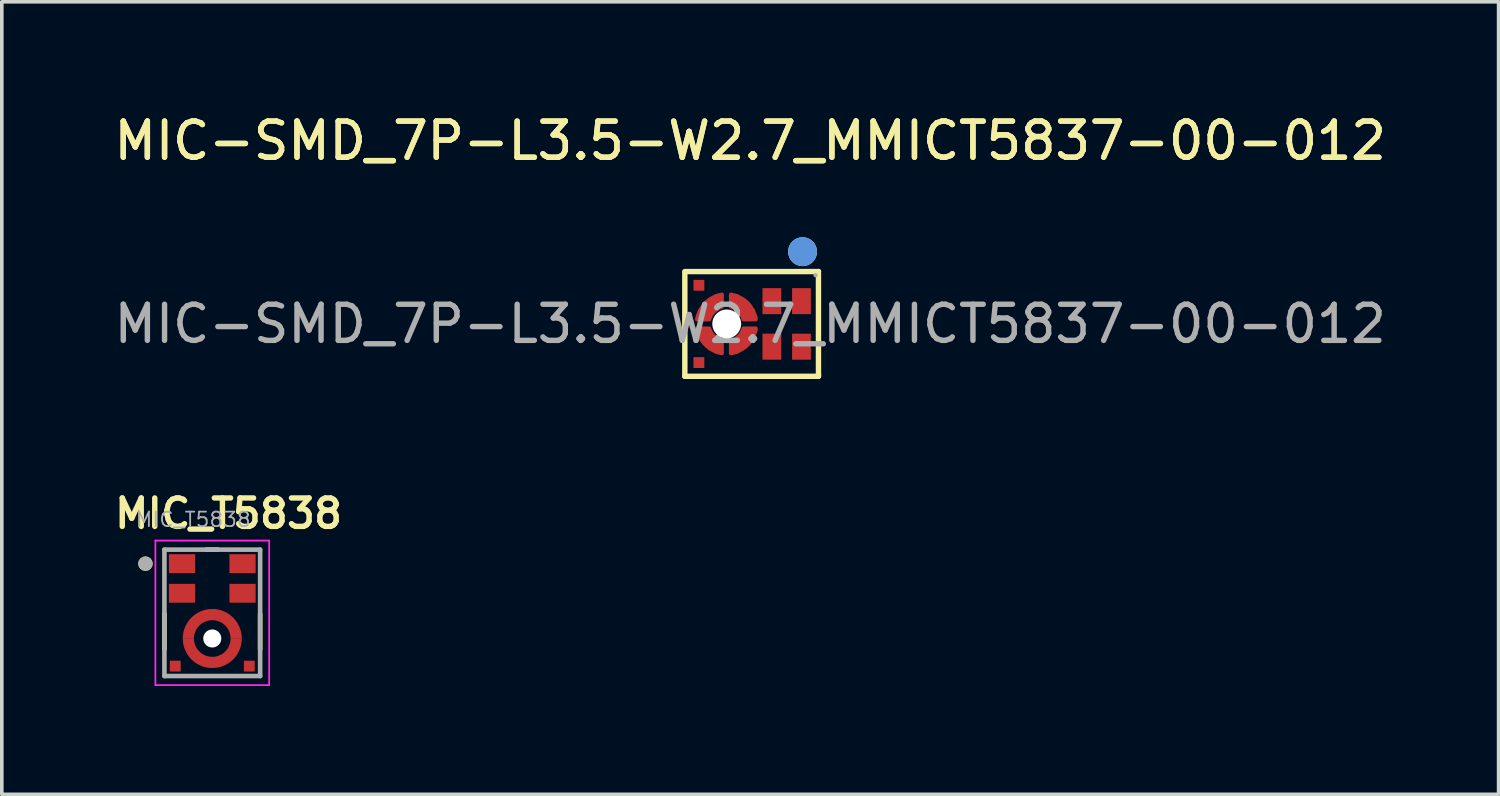
<source format=kicad_pcb>
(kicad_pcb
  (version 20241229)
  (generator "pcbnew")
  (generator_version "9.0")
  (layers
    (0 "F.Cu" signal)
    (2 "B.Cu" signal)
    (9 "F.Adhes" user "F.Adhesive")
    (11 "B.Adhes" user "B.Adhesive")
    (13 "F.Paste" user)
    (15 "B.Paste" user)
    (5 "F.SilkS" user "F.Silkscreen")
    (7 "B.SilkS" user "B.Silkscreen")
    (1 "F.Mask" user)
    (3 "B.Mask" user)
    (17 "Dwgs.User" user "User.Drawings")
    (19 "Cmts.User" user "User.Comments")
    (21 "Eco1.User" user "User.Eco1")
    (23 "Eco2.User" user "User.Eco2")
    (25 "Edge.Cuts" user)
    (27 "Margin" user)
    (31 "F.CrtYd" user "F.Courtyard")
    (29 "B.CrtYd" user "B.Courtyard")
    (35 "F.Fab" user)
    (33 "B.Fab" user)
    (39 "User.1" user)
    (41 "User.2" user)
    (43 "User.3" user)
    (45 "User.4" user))
  (footprint "MIC_T5838"
    (layer "F.Cu")
    (at 2.827 13.917)
    (property "Reference" "MIC_T5838" (at 0.45 -2.75 0) (layer "F.SilkS") (effects (font (size 0.787 0.787) (thickness 0.15))))
    (attr smd)
    (fp_circle (center 0 0.71) (end 0.431 0.71) (stroke (width 0.863) (type solid)) (fill no) (layer "F.Mask"))
    (fp_poly (pts (xy -1.25 -1.673) (xy -0.425 -1.673) (xy -0.425 -1.051) (xy -1.25 -1.051)) (stroke (width 0.01) (type solid)) (fill yes) (layer "F.Mask"))
    (fp_poly (pts (xy -1.25 -0.853) (xy -0.425 -0.853) (xy -0.425 -0.231) (xy -1.25 -0.231)) (stroke (width 0.01) (type solid)) (fill yes) (layer "F.Mask"))
    (fp_poly (pts (xy -1.225 1.275) (xy -0.825 1.275) (xy -0.825 1.675) (xy -1.225 1.675)) (stroke (width 0.01) (type solid)) (fill yes) (layer "F.Mask"))
    (fp_poly (pts (xy 0.425 -1.673) (xy 1.25 -1.673) (xy 1.25 -1.051) (xy 0.425 -1.051)) (stroke (width 0.01) (type solid)) (fill yes) (layer "F.Mask"))
    (fp_poly (pts (xy 0.425 -0.853) (xy 1.25 -0.853) (xy 1.25 -0.231) (xy 0.425 -0.231)) (stroke (width 0.01) (type solid)) (fill yes) (layer "F.Mask"))
    (fp_poly (pts (xy 0.825 1.275) (xy 1.225 1.275) (xy 1.225 1.675) (xy 0.825 1.675)) (stroke (width 0.01) (type solid)) (fill yes) (layer "F.Mask"))
    (fp_line (start -1.325 0.035) (end -1.325 1.005) (stroke (width 0.127) (type solid)) (layer "F.SilkS"))
    (fp_line (start -0.16 -1.75) (end 0.16 -1.75) (stroke (width 0.127) (type solid)) (layer "F.SilkS"))
    (fp_line (start 1.325 0.035) (end 1.325 1.005) (stroke (width 0.127) (type solid)) (layer "F.SilkS"))
    (fp_circle (center -1.85 -1.362) (end -1.75 -1.362) (stroke (width 0.2) (type solid)) (fill no) (layer "F.SilkS"))
    (fp_poly (pts (xy -1.16 1.34) (xy -0.89 1.34) (xy -0.89 1.61) (xy -1.16 1.61)) (stroke (width 0.01) (type solid)) (fill yes) (layer "F.Paste"))
    (fp_poly (pts (xy -1.15 -1.573) (xy -0.525 -1.573) (xy -0.525 -1.151) (xy -1.15 -1.151)) (stroke (width 0.01) (type solid)) (fill yes) (layer "F.Paste"))
    (fp_poly (pts (xy -1.15 -0.753) (xy -0.525 -0.753) (xy -0.525 -0.331) (xy -1.15 -0.331)) (stroke (width 0.01) (type solid)) (fill yes) (layer "F.Paste"))
    (fp_poly (pts (xy 0.525 -1.573) (xy 1.15 -1.573) (xy 1.15 -1.151) (xy 0.525 -1.151)) (stroke (width 0.01) (type solid)) (fill yes) (layer "F.Paste"))
    (fp_poly (pts (xy 0.525 -0.753) (xy 1.15 -0.753) (xy 1.15 -0.331) (xy 0.525 -0.331)) (stroke (width 0.01) (type solid)) (fill yes) (layer "F.Paste"))
    (fp_poly (pts (xy 0.89 1.34) (xy 1.16 1.34) (xy 1.16 1.61) (xy 0.89 1.61)) (stroke (width 0.01) (type solid)) (fill yes) (layer "F.Paste"))
    (fp_poly (pts (xy -0.05 -0.051) (xy -0.05 0.2) (xy -0.077 0.203) (xy -0.1 0.207) (xy -0.122 0.212) (xy -0.145 0.218) (xy -0.167 0.225) (xy -0.189 0.233) (xy -0.21 0.243) (xy -0.231 0.253) (xy -0.252 0.263) (xy -0.272 0.275) (xy -0.291 0.288) (xy -0.31 0.302) (xy -0.328 0.316) (xy -0.346 0.332) (xy -0.362 0.348) (xy -0.378 0.364) (xy -0.394 0.382) (xy -0.408 0.4) (xy -0.422 0.419) (xy -0.435 0.438) (xy -0.447 0.458) (xy -0.457 0.479) (xy -0.467 0.5) (xy -0.477 0.521) (xy -0.485 0.543) (xy -0.492 0.565) (xy -0.498 0.588) (xy -0.503 0.61) (xy -0.507 0.633) (xy -0.51 0.66) (xy -0.761 0.66) (xy -0.757 0.621) (xy -0.752 0.585) (xy -0.745 0.549) (xy -0.737 0.514) (xy -0.727 0.479) (xy -0.715 0.444) (xy -0.701 0.41) (xy -0.686 0.377) (xy -0.669 0.345) (xy -0.651 0.313) (xy -0.632 0.283) (xy -0.611 0.253) (xy -0.588 0.225) (xy -0.564 0.197) (xy -0.539 0.171) (xy -0.513 0.146) (xy -0.485 0.122) (xy -0.457 0.099) (xy -0.427 0.078) (xy -0.397 0.059) (xy -0.365 0.041) (xy -0.333 0.024) (xy -0.3 0.009) (xy -0.266 -0.005) (xy -0.231 -0.017) (xy -0.196 -0.027) (xy -0.161 -0.035) (xy -0.125 -0.042) (xy -0.089 -0.047) (xy -0.05 -0.051) (xy -0.05 -0.051)) (stroke (width 0.01) (type solid)) (fill yes) (layer "F.Paste"))
    (fp_poly (pts (xy -0.05 1.22) (xy -0.05 1.471) (xy -0.089 1.467) (xy -0.125 1.462) (xy -0.161 1.455) (xy -0.196 1.447) (xy -0.231 1.437) (xy -0.266 1.425) (xy -0.3 1.411) (xy -0.333 1.396) (xy -0.365 1.379) (xy -0.397 1.361) (xy -0.427 1.342) (xy -0.457 1.321) (xy -0.485 1.298) (xy -0.513 1.274) (xy -0.539 1.249) (xy -0.564 1.223) (xy -0.588 1.195) (xy -0.611 1.167) (xy -0.632 1.137) (xy -0.651 1.107) (xy -0.669 1.075) (xy -0.686 1.043) (xy -0.701 1.01) (xy -0.715 0.976) (xy -0.727 0.941) (xy -0.737 0.906) (xy -0.745 0.871) (xy -0.752 0.835) (xy -0.757 0.799) (xy -0.761 0.76) (xy -0.51 0.76) (xy -0.507 0.787) (xy -0.503 0.81) (xy -0.498 0.832) (xy -0.492 0.855) (xy -0.485 0.877) (xy -0.477 0.899) (xy -0.467 0.92) (xy -0.457 0.941) (xy -0.447 0.962) (xy -0.435 0.982) (xy -0.422 1.001) (xy -0.408 1.02) (xy -0.394 1.038) (xy -0.378 1.056) (xy -0.362 1.072) (xy -0.346 1.088) (xy -0.328 1.104) (xy -0.31 1.118) (xy -0.291 1.132) (xy -0.272 1.145) (xy -0.252 1.157) (xy -0.231 1.167) (xy -0.21 1.177) (xy -0.189 1.187) (xy -0.167 1.195) (xy -0.145 1.202) (xy -0.122 1.208) (xy -0.1 1.213) (xy -0.077 1.217) (xy -0.05 1.22) (xy -0.05 1.22)) (stroke (width 0.01) (type solid)) (fill yes) (layer "F.Paste"))
    (fp_poly (pts (xy 0.05 0.2) (xy 0.05 -0.051) (xy 0.089 -0.047) (xy 0.125 -0.042) (xy 0.161 -0.035) (xy 0.196 -0.027) (xy 0.231 -0.017) (xy 0.266 -0.005) (xy 0.3 0.009) (xy 0.333 0.024) (xy 0.365 0.041) (xy 0.397 0.059) (xy 0.427 0.078) (xy 0.457 0.099) (xy 0.485 0.122) (xy 0.513 0.146) (xy 0.539 0.171) (xy 0.564 0.197) (xy 0.588 0.225) (xy 0.611 0.253) (xy 0.632 0.283) (xy 0.651 0.313) (xy 0.669 0.345) (xy 0.686 0.377) (xy 0.701 0.41) (xy 0.715 0.444) (xy 0.727 0.479) (xy 0.737 0.514) (xy 0.745 0.549) (xy 0.752 0.585) (xy 0.757 0.621) (xy 0.761 0.66) (xy 0.51 0.66) (xy 0.507 0.633) (xy 0.503 0.61) (xy 0.498 0.588) (xy 0.492 0.565) (xy 0.485 0.543) (xy 0.477 0.521) (xy 0.467 0.5) (xy 0.457 0.479) (xy 0.447 0.458) (xy 0.435 0.438) (xy 0.422 0.419) (xy 0.408 0.4) (xy 0.394 0.382) (xy 0.378 0.364) (xy 0.362 0.348) (xy 0.346 0.332) (xy 0.328 0.316) (xy 0.31 0.302) (xy 0.291 0.288) (xy 0.272 0.275) (xy 0.252 0.263) (xy 0.231 0.253) (xy 0.21 0.243) (xy 0.189 0.233) (xy 0.167 0.225) (xy 0.145 0.218) (xy 0.122 0.212) (xy 0.1 0.207) (xy 0.077 0.203) (xy 0.05 0.2) (xy 0.05 0.2)) (stroke (width 0.01) (type solid)) (fill yes) (layer "F.Paste"))
    (fp_poly (pts (xy 0.05 1.471) (xy 0.05 1.22) (xy 0.077 1.217) (xy 0.1 1.213) (xy 0.122 1.208) (xy 0.145 1.202) (xy 0.167 1.195) (xy 0.189 1.187) (xy 0.21 1.177) (xy 0.231 1.167) (xy 0.252 1.157) (xy 0.272 1.145) (xy 0.291 1.132) (xy 0.31 1.118) (xy 0.328 1.104) (xy 0.346 1.088) (xy 0.362 1.072) (xy 0.378 1.056) (xy 0.394 1.038) (xy 0.408 1.02) (xy 0.422 1.001) (xy 0.435 0.982) (xy 0.447 0.962) (xy 0.457 0.941) (xy 0.467 0.92) (xy 0.477 0.899) (xy 0.485 0.877) (xy 0.492 0.855) (xy 0.498 0.832) (xy 0.503 0.81) (xy 0.507 0.787) (xy 0.51 0.76) (xy 0.761 0.76) (xy 0.757 0.799) (xy 0.752 0.835) (xy 0.745 0.871) (xy 0.737 0.906) (xy 0.727 0.941) (xy 0.715 0.976) (xy 0.701 1.01) (xy 0.686 1.043) (xy 0.669 1.075) (xy 0.651 1.107) (xy 0.632 1.137) (xy 0.611 1.167) (xy 0.588 1.195) (xy 0.564 1.223) (xy 0.539 1.249) (xy 0.513 1.274) (xy 0.485 1.298) (xy 0.457 1.321) (xy 0.427 1.342) (xy 0.397 1.361) (xy 0.365 1.379) (xy 0.333 1.396) (xy 0.3 1.411) (xy 0.266 1.425) (xy 0.231 1.437) (xy 0.196 1.447) (xy 0.161 1.455) (xy 0.125 1.462) (xy 0.089 1.467) (xy 0.05 1.471) (xy 0.05 1.471)) (stroke (width 0.01) (type solid)) (fill yes) (layer "F.Paste"))
    (fp_line (start -1.575 -2) (end 1.575 -2) (stroke (width 0.05) (type solid)) (layer "F.CrtYd"))
    (fp_line (start -1.575 2) (end -1.575 -2) (stroke (width 0.05) (type solid)) (layer "F.CrtYd"))
    (fp_line (start 1.575 -2) (end 1.575 2) (stroke (width 0.05) (type solid)) (layer "F.CrtYd"))
    (fp_line (start 1.575 2) (end -1.575 2) (stroke (width 0.05) (type solid)) (layer "F.CrtYd"))
    (fp_line (start -1.325 -1.75) (end 1.325 -1.75) (stroke (width 0.127) (type solid)) (layer "F.Fab"))
    (fp_line (start -1.325 1.75) (end -1.325 -1.75) (stroke (width 0.127) (type solid)) (layer "F.Fab"))
    (fp_line (start 1.325 -1.75) (end 1.325 1.75) (stroke (width 0.127) (type solid)) (layer "F.Fab"))
    (fp_line (start 1.325 1.75) (end -1.325 1.75) (stroke (width 0.127) (type solid)) (layer "F.Fab"))
    (fp_circle (center -1.85 -1.362) (end -1.75 -1.362) (stroke (width 0.2) (type solid)) (fill no) (layer "F.Fab"))
    (fp_text user "${REFERENCE}" (at -2.15 -2.35 0) (unlocked yes) (layer "F.Fab") (effects (font (size 0.4 0.4) (thickness 0.05)) (justify left bottom)))
    (pad "" np_thru_hole circle (at 0 0.71) (size 0.5 0.5) (drill 0.5) (layers "*.Cu" "*.Mask"))
    (pad "1" smd rect (at -0.838 -1.362) (size 0.725 0.522) (layers "F.Cu"))
    (pad "2" smd rect (at -0.838 -0.542) (size 0.725 0.522) (layers "F.Cu"))
    (pad "4" smd rect (at -1.025 1.475) (size 0.3 0.3) (layers "F.Cu"))
    (pad "5" smd rect (at 1.025 1.475) (size 0.3 0.3) (layers "F.Cu"))
    (pad "6" smd rect (at 0.838 -0.542) (size 0.725 0.522) (layers "F.Cu"))
    (pad "7" smd rect (at 0.838 -1.362) (size 0.725 0.522) (layers "F.Cu"))
    (pad "31" smd custom (at 0 0.048) (size 0.25 0.25) (layers "F.Cu") (options (anchor rect)) (primitives (gr_poly (pts (xy -0.512 0.662) (xy -0.813 0.662) (xy -0.808 0.578) (xy -0.795 0.493) (xy -0.773 0.411) (xy -0.742 0.333) (xy -0.704 0.257) (xy -0.657 0.184) (xy -0.604 0.118) (xy -0.544 0.059) (xy -0.478 0.005) (xy -0.406 -0.042) (xy -0.33 -0.08) (xy -0.251 -0.111) (xy -0.169 -0.133) (xy -0.085 -0.145) (xy 0 -0.15) (xy 0.085 -0.145) (xy 0.169 -0.133) (xy 0.251 -0.111) (xy 0.33 -0.08) (xy 0.406 -0.042) (xy 0.478 0.005) (xy 0.544 0.059) (xy 0.604 0.118) (xy 0.657 0.184) (xy 0.704 0.257) (xy 0.742 0.333) (xy 0.773 0.411) (xy 0.795 0.493) (xy 0.808 0.578) (xy 0.813 0.662) (xy 0.512 0.662) (xy 0.51 0.609) (xy 0.501 0.555) (xy 0.487 0.504) (xy 0.468 0.455) (xy 0.444 0.406) (xy 0.415 0.361) (xy 0.381 0.32) (xy 0.343 0.281) (xy 0.301 0.247) (xy 0.256 0.218) (xy 0.208 0.195) (xy 0.158 0.175) (xy 0.107 0.162) (xy 0.054 0.152) (xy 0 0.15) (xy -0.054 0.152) (xy -0.107 0.162) (xy -0.158 0.175) (xy -0.208 0.195) (xy -0.256 0.218) (xy -0.301 0.247) (xy -0.343 0.281) (xy -0.381 0.32) (xy -0.415 0.361) (xy -0.444 0.406) (xy -0.468 0.455) (xy -0.487 0.504) (xy -0.501 0.555) (xy -0.51 0.609) (xy -0.512 0.662) (xy -0.512 0.662)) (width 0.01) (fill yes))))
    (pad "32" smd custom (at 0 1.373) (size 0.25 0.25) (layers "F.Cu") (options (anchor rect)) (primitives (gr_poly (pts (xy 0.512 -0.662) (xy 0.813 -0.662) (xy 0.808 -0.578) (xy 0.795 -0.493) (xy 0.773 -0.411) (xy 0.742 -0.333) (xy 0.704 -0.257) (xy 0.657 -0.184) (xy 0.604 -0.118) (xy 0.544 -0.059) (xy 0.478 -0.005) (xy 0.406 0.042) (xy 0.33 0.08) (xy 0.251 0.111) (xy 0.169 0.133) (xy 0.085 0.145) (xy 0 0.149) (xy -0.085 0.145) (xy -0.169 0.133) (xy -0.251 0.111) (xy -0.33 0.08) (xy -0.406 0.042) (xy -0.478 -0.005) (xy -0.544 -0.059) (xy -0.604 -0.118) (xy -0.657 -0.184) (xy -0.704 -0.257) (xy -0.742 -0.333) (xy -0.773 -0.411) (xy -0.795 -0.493) (xy -0.808 -0.578) (xy -0.813 -0.662) (xy -0.512 -0.662) (xy -0.51 -0.609) (xy -0.501 -0.555) (xy -0.487 -0.504) (xy -0.468 -0.455) (xy -0.444 -0.406) (xy -0.415 -0.361) (xy -0.381 -0.32) (xy -0.343 -0.281) (xy -0.301 -0.247) (xy -0.256 -0.218) (xy -0.208 -0.195) (xy -0.158 -0.175) (xy -0.107 -0.162) (xy -0.054 -0.152) (xy 0 -0.15) (xy 0.054 -0.152) (xy 0.107 -0.162) (xy 0.158 -0.175) (xy 0.208 -0.195) (xy 0.256 -0.218) (xy 0.301 -0.247) (xy 0.343 -0.281) (xy 0.381 -0.32) (xy 0.415 -0.361) (xy 0.444 -0.406) (xy 0.468 -0.455) (xy 0.487 -0.504) (xy 0.501 -0.555) (xy 0.51 -0.609) (xy 0.512 -0.662) (xy 0.512 -0.662)) (width 0.01) (fill yes)))))
  (footprint "MIC-SMD_7P-L3.5-W2.7_MMICT5837-00-012"
    (layer "F.Cu")
    (at 17.72 5.918)
    (property "Reference" "MIC-SMD_7P-L3.5-W2.7_MMICT5837-00-012" (at 0 -5.07 0) (layer "F.SilkS") (effects (font (size 1 1) (thickness 0.15))))
    (attr smd)
    (fp_line (start -1.81 -1.45) (end 1.89 -1.45) (stroke (width 0.15) (type solid)) (layer "F.SilkS"))
    (fp_line (start -1.81 -1.4) (end -1.81 1.45) (stroke (width 0.15) (type solid)) (layer "F.SilkS"))
    (fp_line (start -1.81 1.45) (end 1.89 1.45) (stroke (width 0.15) (type solid)) (layer "F.SilkS"))
    (fp_line (start 1.89 -1.45) (end 1.89 -1.45) (stroke (width 0.15) (type solid)) (layer "F.SilkS"))
    (fp_line (start 1.89 1.4) (end 1.89 -1.4) (stroke (width 0.15) (type solid)) (layer "F.SilkS"))
    (fp_line (start 1.89 1.45) (end 1.89 1.4) (stroke (width 0.15) (type solid)) (layer "F.SilkS"))
    (fp_circle (center 1.45 -2) (end 1.65 -2) (stroke (width 0.4) (type solid)) (fill no) (layer "F.SilkS"))
    (fp_circle (center -0.65 0) (end -0.58 0) (stroke (width 0.15) (type solid)) (fill no) (layer "Cmts.User"))
    (fp_circle (center 1.45 -2) (end 1.65 -2) (stroke (width 0.4) (type solid)) (fill no) (layer "Cmts.User"))
    (fp_circle (center 1.81 -1.35) (end 1.84 -1.35) (stroke (width 0.06) (type solid)) (fill no) (layer "F.Fab"))
    (fp_text user "${REFERENCE}" (at 0 -5.07 0) (layer "F.SilkS") (effects (font (size 1 1) (thickness 0.15))))
    (fp_text user "${REFERENCE}" (at 0 0 0) (layer "F.Fab") (effects (font (size 1 1) (thickness 0.15))))
    (pad "" np_thru_hole circle (at -0.65 0) (size 0.8 0.8) (drill 0.8) (layers "*.Cu"))
    (pad "1" smd rect (at 1.42 -0.63) (size 0.52 0.72) (layers "F.Cu" "F.Mask" "F.Paste"))
    (pad "2" smd rect (at 0.6 -0.63) (size 0.52 0.72) (layers "F.Cu" "F.Mask" "F.Paste"))
    (pad "3" smd custom (at -1.12 -0.47) (size 0.01 0.01) (layers "F.Cu" "F.Mask" "F.Paste") (options (anchor circle)) (primitives (gr_poly (pts (xy 0.3 -0.34) (xy 0.34 -0.35) (xy 0.34 0) (xy 0.31 0.01) (xy 0.28 0.02) (xy 0.25 0.03) (xy 0.22 0.05) (xy 0.2 0.07) (xy 0.17 0.09) (xy 0.14 0.11) (xy 0.12 0.13) (xy 0.1 0.15) (xy 0.08 0.18) (xy 0.06 0.2) (xy 0.04 0.23) (xy 0.03 0.26) (xy 0.01 0.29) (xy 0 0.32) (xy -0.01 0.35) (xy -0.36 0.35) (xy -0.35 0.31) (xy -0.34 0.27) (xy -0.33 0.23) (xy -0.31 0.19) (xy -0.3 0.15) (xy -0.28 0.11) (xy -0.26 0.07) (xy -0.24 0.04) (xy -0.21 0) (xy -0.19 -0.03) (xy -0.16 -0.07) (xy -0.13 -0.1) (xy -0.1 -0.13) (xy -0.07 -0.16) (xy -0.04 -0.18) (xy -0.01 -0.21) (xy 0.03 -0.23) (xy 0.06 -0.25) (xy 0.1 -0.27) (xy 0.14 -0.29) (xy 0.18 -0.31) (xy 0.22 -0.32) (xy 0.26 -0.33) (xy 0.3 -0.34)) (width 0.1) (fill yes))))
    (pad "3" smd custom (at -1.12 0.47) (size 0.01 0.01) (layers "F.Cu" "F.Mask" "F.Paste") (options (anchor circle)) (primitives (gr_poly (pts (xy -0.35 -0.31) (xy -0.36 -0.35) (xy -0.01 -0.35) (xy 0 -0.32) (xy 0.01 -0.29) (xy 0.03 -0.26) (xy 0.04 -0.23) (xy 0.06 -0.2) (xy 0.08 -0.18) (xy 0.1 -0.15) (xy 0.12 -0.13) (xy 0.15 -0.11) (xy 0.17 -0.09) (xy 0.2 -0.07) (xy 0.22 -0.05) (xy 0.25 -0.03) (xy 0.28 -0.02) (xy 0.31 -0.01) (xy 0.34 0) (xy 0.34 0.35) (xy 0.3 0.34) (xy 0.26 0.33) (xy 0.22 0.32) (xy 0.18 0.31) (xy 0.14 0.29) (xy 0.1 0.27) (xy 0.06 0.25) (xy 0.03 0.23) (xy -0.01 0.21) (xy -0.04 0.18) (xy -0.07 0.16) (xy -0.1 0.13) (xy -0.13 0.1) (xy -0.16 0.07) (xy -0.19 0.03) (xy -0.21 0) (xy -0.24 -0.04) (xy -0.26 -0.07) (xy -0.28 -0.11) (xy -0.3 -0.15) (xy -0.31 -0.19) (xy -0.33 -0.23) (xy -0.34 -0.27) (xy -0.35 -0.31)) (width 0.1) (fill yes))))
    (pad "3" smd custom (at -0.18 -0.47) (size 0.01 0.01) (layers "F.Cu" "F.Mask" "F.Paste") (options (anchor circle)) (primitives (gr_poly (pts (xy 0.34 0.31) (xy 0.34 0.35) (xy -0.01 0.35) (xy -0.02 0.32) (xy -0.03 0.29) (xy -0.04 0.26) (xy -0.06 0.23) (xy -0.07 0.2) (xy -0.09 0.18) (xy -0.11 0.15) (xy -0.14 0.13) (xy -0.16 0.11) (xy -0.18 0.09) (xy -0.21 0.07) (xy -0.24 0.05) (xy -0.27 0.03) (xy -0.3 0.02) (xy -0.33 0.01) (xy -0.36 0) (xy -0.36 -0.35) (xy -0.32 -0.34) (xy -0.27 -0.33) (xy -0.23 -0.32) (xy -0.19 -0.31) (xy -0.15 -0.29) (xy -0.12 -0.27) (xy -0.08 -0.25) (xy -0.04 -0.23) (xy -0.01 -0.21) (xy 0.03 -0.18) (xy 0.06 -0.16) (xy 0.09 -0.13) (xy 0.12 -0.1) (xy 0.15 -0.07) (xy 0.18 -0.03) (xy 0.2 0) (xy 0.22 0.04) (xy 0.25 0.07) (xy 0.27 0.11) (xy 0.28 0.15) (xy 0.3 0.19) (xy 0.31 0.23) (xy 0.33 0.27) (xy 0.34 0.31)) (width 0.1) (fill yes))))
    (pad "3" smd custom (at -0.18 0.47) (size 0.01 0.01) (layers "F.Cu" "F.Mask" "F.Paste") (options (anchor circle)) (primitives (gr_poly (pts (xy -0.32 0.34) (xy -0.36 0.35) (xy -0.36 0) (xy -0.33 -0.01) (xy -0.3 -0.02) (xy -0.27 -0.03) (xy -0.24 -0.05) (xy -0.21 -0.07) (xy -0.18 -0.09) (xy -0.16 -0.11) (xy -0.14 -0.13) (xy -0.11 -0.15) (xy -0.09 -0.18) (xy -0.07 -0.2) (xy -0.06 -0.23) (xy -0.04 -0.26) (xy -0.03 -0.29) (xy -0.02 -0.32) (xy -0.01 -0.35) (xy 0.34 -0.35) (xy 0.34 -0.31) (xy 0.33 -0.27) (xy 0.31 -0.23) (xy 0.3 -0.19) (xy 0.28 -0.15) (xy 0.27 -0.11) (xy 0.25 -0.07) (xy 0.22 -0.04) (xy 0.2 0) (xy 0.18 0.03) (xy 0.15 0.07) (xy 0.12 0.1) (xy 0.09 0.13) (xy 0.06 0.16) (xy 0.03 0.18) (xy -0.01 0.21) (xy -0.04 0.23) (xy -0.08 0.25) (xy -0.12 0.27) (xy -0.15 0.29) (xy -0.19 0.31) (xy -0.23 0.32) (xy -0.27 0.33) (xy -0.32 0.34)) (width 0.1) (fill yes))))
    (pad "4" smd rect (at -1.42 -1.07) (size 0.3 0.3) (layers "F.Cu" "F.Mask" "F.Paste"))
    (pad "5" smd rect (at -1.42 1.07) (size 0.3 0.3) (layers "F.Cu" "F.Mask" "F.Paste"))
    (pad "6" smd rect (at 0.6 0.63) (size 0.52 0.72) (layers "F.Cu" "F.Mask" "F.Paste"))
    (pad "7" smd rect (at 1.42 0.63) (size 0.52 0.72) (layers "F.Cu" "F.Mask" "F.Paste")))
  (gr_rect
    (start -3 -3)
    (end 38.44 18.942)
    (stroke (width 0.1) (type default))
    (fill no)
    (layer "Edge.Cuts")))
</source>
